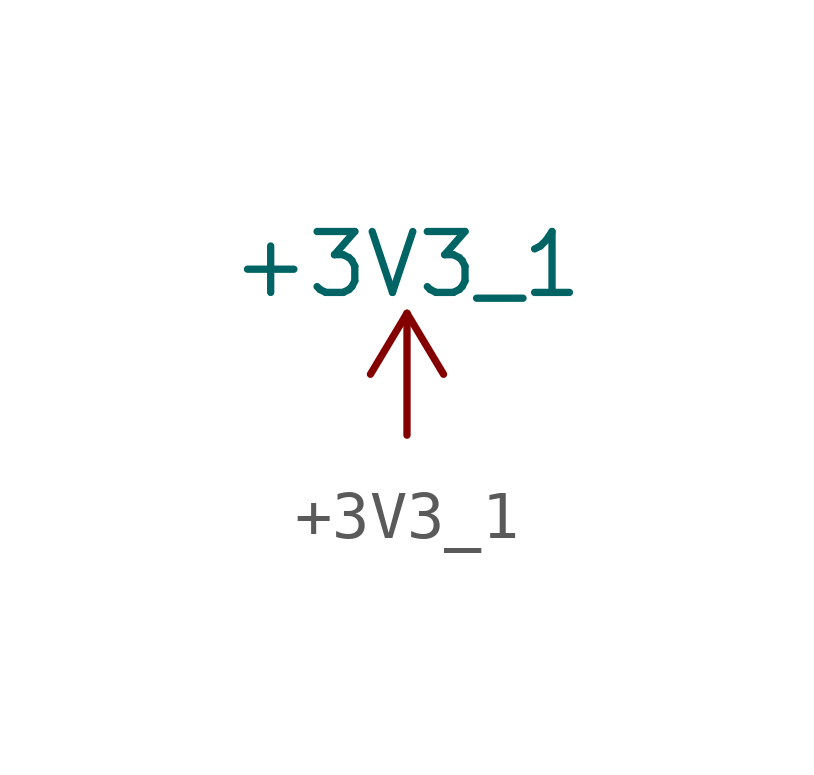
<source format=kicad_sym>
(kicad_symbol_lib
  (version 20231120)
  (generator "kicad_symbol_editor")
  (generator_version "8.0")
  (symbol "+3V3_1"
    (power)
    (pin_names
      (offset 0))
    (property "Reference" "#PWR"
      (at 0 -3.81 0)
      (effects (font (size 1.27 1.27)) (hide yes)))
    (property "Value" "+3V3_1"
      (at 0 3.556 0)
      (effects (font (size 1.27 1.27))))
    (symbol "+3V3_1_0_1"
      (polyline (pts (xy -0.762 1.27) (xy 0 2.54)) (stroke (width 0) (type default)) (fill (type none)))
      (polyline (pts (xy 0 0) (xy 0 2.54)) (stroke (width 0) (type default)) (fill (type none)))
      (polyline (pts (xy 0 2.54) (xy 0.762 1.27)) (stroke (width 0) (type default)) (fill (type none))))
    (symbol "+3V3_1_1_1"
      (pin power_in line (at 0 0 90) (length 0) hide (name "+3V3_1" (effects (font (size 1.27 1.27)))) (number "1" (effects (font (size 1.27 1.27))))))))
</source>
